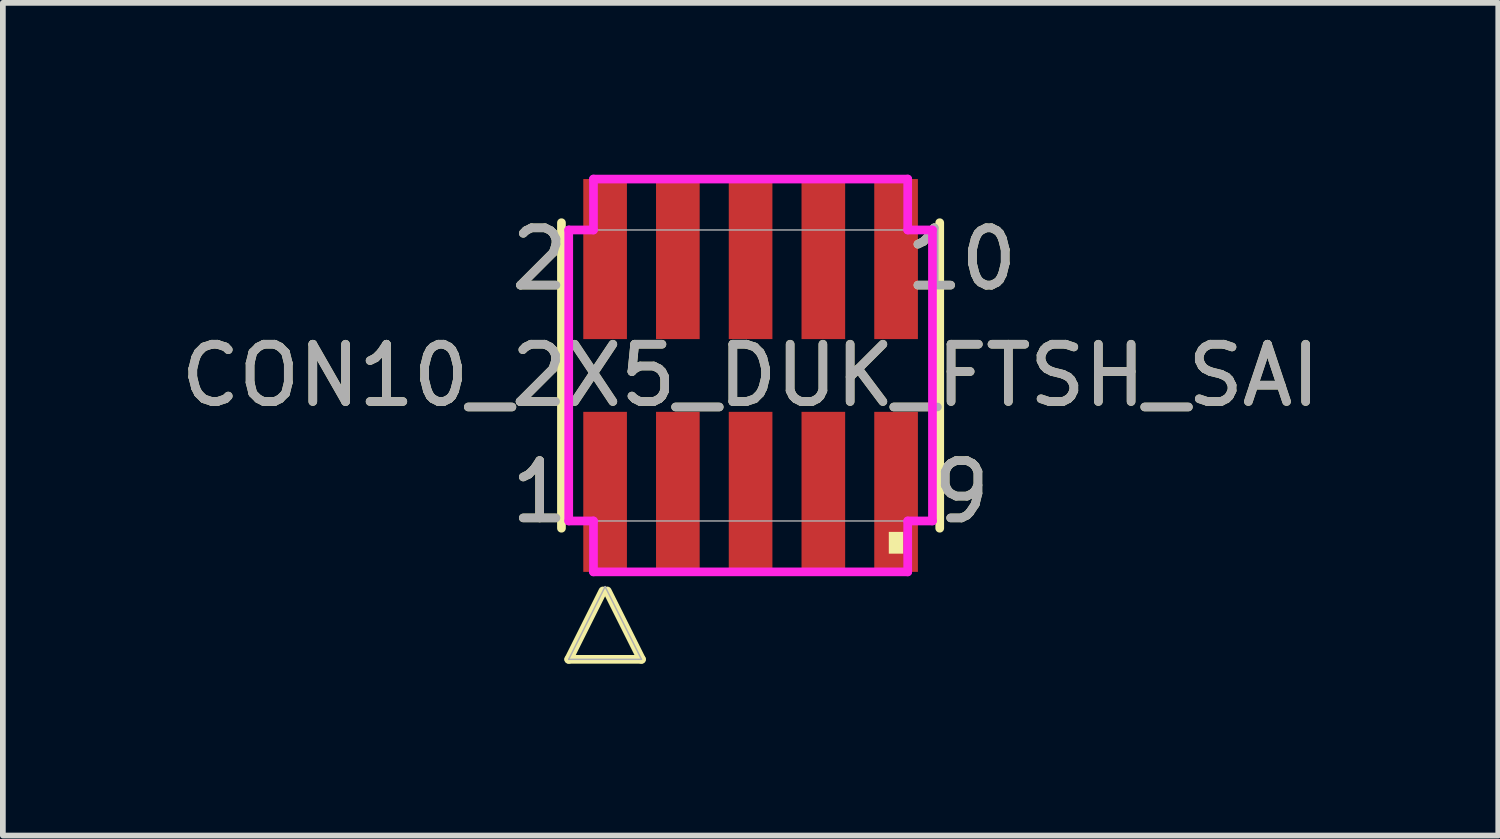
<source format=kicad_pcb>
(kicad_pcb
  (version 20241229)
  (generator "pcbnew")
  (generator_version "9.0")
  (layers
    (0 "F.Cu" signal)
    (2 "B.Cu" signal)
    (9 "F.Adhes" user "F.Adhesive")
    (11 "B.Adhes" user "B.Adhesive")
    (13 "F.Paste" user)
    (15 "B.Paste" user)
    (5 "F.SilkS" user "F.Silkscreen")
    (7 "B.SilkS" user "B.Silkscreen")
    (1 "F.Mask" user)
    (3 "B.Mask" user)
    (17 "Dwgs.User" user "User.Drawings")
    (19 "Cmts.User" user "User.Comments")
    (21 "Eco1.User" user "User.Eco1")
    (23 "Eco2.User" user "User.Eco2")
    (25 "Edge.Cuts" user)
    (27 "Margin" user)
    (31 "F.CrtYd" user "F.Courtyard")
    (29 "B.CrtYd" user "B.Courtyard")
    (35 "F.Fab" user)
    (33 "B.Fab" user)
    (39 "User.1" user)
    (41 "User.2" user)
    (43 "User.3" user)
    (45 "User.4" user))
  (footprint "CON10_2X5_DUK_FTSH_SAI"
    (layer "F.Cu")
    (at 10.054 3.505)
    (property "Reference" "CON10_2X5_DUK_FTSH_SAI" (at 0 0 0) (unlocked yes) (layer "F.SilkS") (effects (font (size 1 1) (thickness 0.15))))
    (attr smd)
    (fp_line (start -3.302 -2.667) (end -3.302 2.667) (stroke (width 0.152) (type solid)) (layer "F.SilkS"))
    (fp_line (start -3.175 4.956) (end -2.578 3.762) (stroke (width 0.152) (type solid)) (layer "F.SilkS"))
    (fp_line (start -2.502 3.762) (end -1.905 4.956) (stroke (width 0.152) (type solid)) (layer "F.SilkS"))
    (fp_line (start -1.905 4.956) (end -3.175 4.956) (stroke (width 0.152) (type solid)) (layer "F.SilkS"))
    (fp_line (start 3.302 2.667) (end 3.302 -2.667) (stroke (width 0.152) (type solid)) (layer "F.SilkS"))
    (fp_poly (pts (xy 2.413 2.731) (xy 2.413 3.111) (xy 2.667 3.111) (xy 2.667 2.731)) (stroke (width 0) (type solid)) (fill yes) (layer "F.SilkS"))
    (fp_line (start -3.175 -2.54) (end -2.743 -2.54) (stroke (width 0.152) (type solid)) (layer "F.CrtYd"))
    (fp_line (start -3.175 2.54) (end -3.175 -2.54) (stroke (width 0.152) (type solid)) (layer "F.CrtYd"))
    (fp_line (start -2.743 -2.54) (end -2.743 -3.429) (stroke (width 0.152) (type solid)) (layer "F.CrtYd"))
    (fp_line (start -2.743 2.54) (end -3.175 2.54) (stroke (width 0.152) (type solid)) (layer "F.CrtYd"))
    (fp_line (start -2.743 3.429) (end -2.743 2.54) (stroke (width 0.152) (type solid)) (layer "F.CrtYd"))
    (fp_line (start -2.743 3.429) (end 2.743 3.429) (stroke (width 0.152) (type solid)) (layer "F.CrtYd"))
    (fp_line (start 2.743 -3.429) (end -2.743 -3.429) (stroke (width 0.152) (type solid)) (layer "F.CrtYd"))
    (fp_line (start 2.743 -3.429) (end 2.743 -2.54) (stroke (width 0.152) (type solid)) (layer "F.CrtYd"))
    (fp_line (start 2.743 -2.54) (end 3.175 -2.54) (stroke (width 0.152) (type solid)) (layer "F.CrtYd"))
    (fp_line (start 2.743 2.54) (end 2.743 3.429) (stroke (width 0.152) (type solid)) (layer "F.CrtYd"))
    (fp_line (start 3.175 -2.54) (end 3.175 2.54) (stroke (width 0.152) (type solid)) (layer "F.CrtYd"))
    (fp_line (start 3.175 2.54) (end 2.743 2.54) (stroke (width 0.152) (type solid)) (layer "F.CrtYd"))
    (fp_line (start -3.175 -2.54) (end -3.175 2.54) (stroke (width 0.025) (type solid)) (layer "F.Fab"))
    (fp_line (start -3.175 2.54) (end 3.175 2.54) (stroke (width 0.025) (type solid)) (layer "F.Fab"))
    (fp_line (start -3.175 4.956) (end -2.54 3.686) (stroke (width 0.025) (type solid)) (layer "F.Fab"))
    (fp_line (start -2.54 3.686) (end -1.905 4.956) (stroke (width 0.025) (type solid)) (layer "F.Fab"))
    (fp_line (start -1.905 4.956) (end -3.175 4.956) (stroke (width 0.025) (type solid)) (layer "F.Fab"))
    (fp_line (start 3.175 -2.54) (end -3.175 -2.54) (stroke (width 0.025) (type solid)) (layer "F.Fab"))
    (fp_line (start 3.175 2.54) (end 3.175 -2.54) (stroke (width 0.025) (type solid)) (layer "F.Fab"))
    (fp_text user "10" (at 3.683 -2.032 0) (unlocked yes) (layer "F.SilkS") (effects (font (size 1 1) (thickness 0.15))))
    (fp_text user "1" (at -3.683 2.032 0) (unlocked yes) (layer "F.SilkS") (effects (font (size 1 1) (thickness 0.15))))
    (fp_text user "9" (at 3.683 2.032 0) (unlocked yes) (layer "F.SilkS") (effects (font (size 1 1) (thickness 0.15))))
    (fp_text user "2" (at -3.683 -2.032 0) (unlocked yes) (layer "F.SilkS") (effects (font (size 1 1) (thickness 0.15))))
    (fp_text user "${REFERENCE}" (at 0 0 0) (unlocked yes) (layer "F.Fab") (effects (font (size 1 1) (thickness 0.15))))
    (fp_text user "9" (at 3.683 2.032 0) (unlocked yes) (layer "F.Fab") (effects (font (size 1 1) (thickness 0.15))))
    (fp_text user "1" (at -3.683 2.032 0) (unlocked yes) (layer "F.Fab") (effects (font (size 1 1) (thickness 0.15))))
    (fp_text user "2" (at -3.683 -2.032 0) (unlocked yes) (layer "F.Fab") (effects (font (size 1 1) (thickness 0.15))))
    (fp_text user "10" (at 3.683 -2.032 0) (unlocked yes) (layer "F.Fab") (effects (font (size 1 1) (thickness 0.15))))
    (pad "1" smd rect (at -2.54 2.032) (size 0.762 2.794) (layers "F.Cu" "F.Mask" "F.Paste"))
    (pad "2" smd rect (at -2.54 -2.032) (size 0.762 2.794) (layers "F.Cu" "F.Mask" "F.Paste"))
    (pad "3" smd rect (at -1.27 2.032) (size 0.762 2.794) (layers "F.Cu" "F.Mask" "F.Paste"))
    (pad "4" smd rect (at -1.27 -2.032) (size 0.762 2.794) (layers "F.Cu" "F.Mask" "F.Paste"))
    (pad "5" smd rect (at 0 2.032) (size 0.762 2.794) (layers "F.Cu" "F.Mask" "F.Paste"))
    (pad "6" smd rect (at 0 -2.032) (size 0.762 2.794) (layers "F.Cu" "F.Mask" "F.Paste"))
    (pad "7" smd rect (at 1.27 2.032) (size 0.762 2.794) (layers "F.Cu" "F.Mask" "F.Paste"))
    (pad "8" smd rect (at 1.27 -2.032) (size 0.762 2.794) (layers "F.Cu" "F.Mask" "F.Paste"))
    (pad "9" smd rect (at 2.54 2.032) (size 0.762 2.794) (layers "F.Cu" "F.Mask" "F.Paste"))
    (pad "10" smd rect (at 2.54 -2.032) (size 0.762 2.794) (layers "F.Cu" "F.Mask" "F.Paste")))
  (gr_rect
    (start -3 -3)
    (end 23.107 11.537)
    (stroke (width 0.1) (type default))
    (fill no)
    (layer "Edge.Cuts")))
</source>
